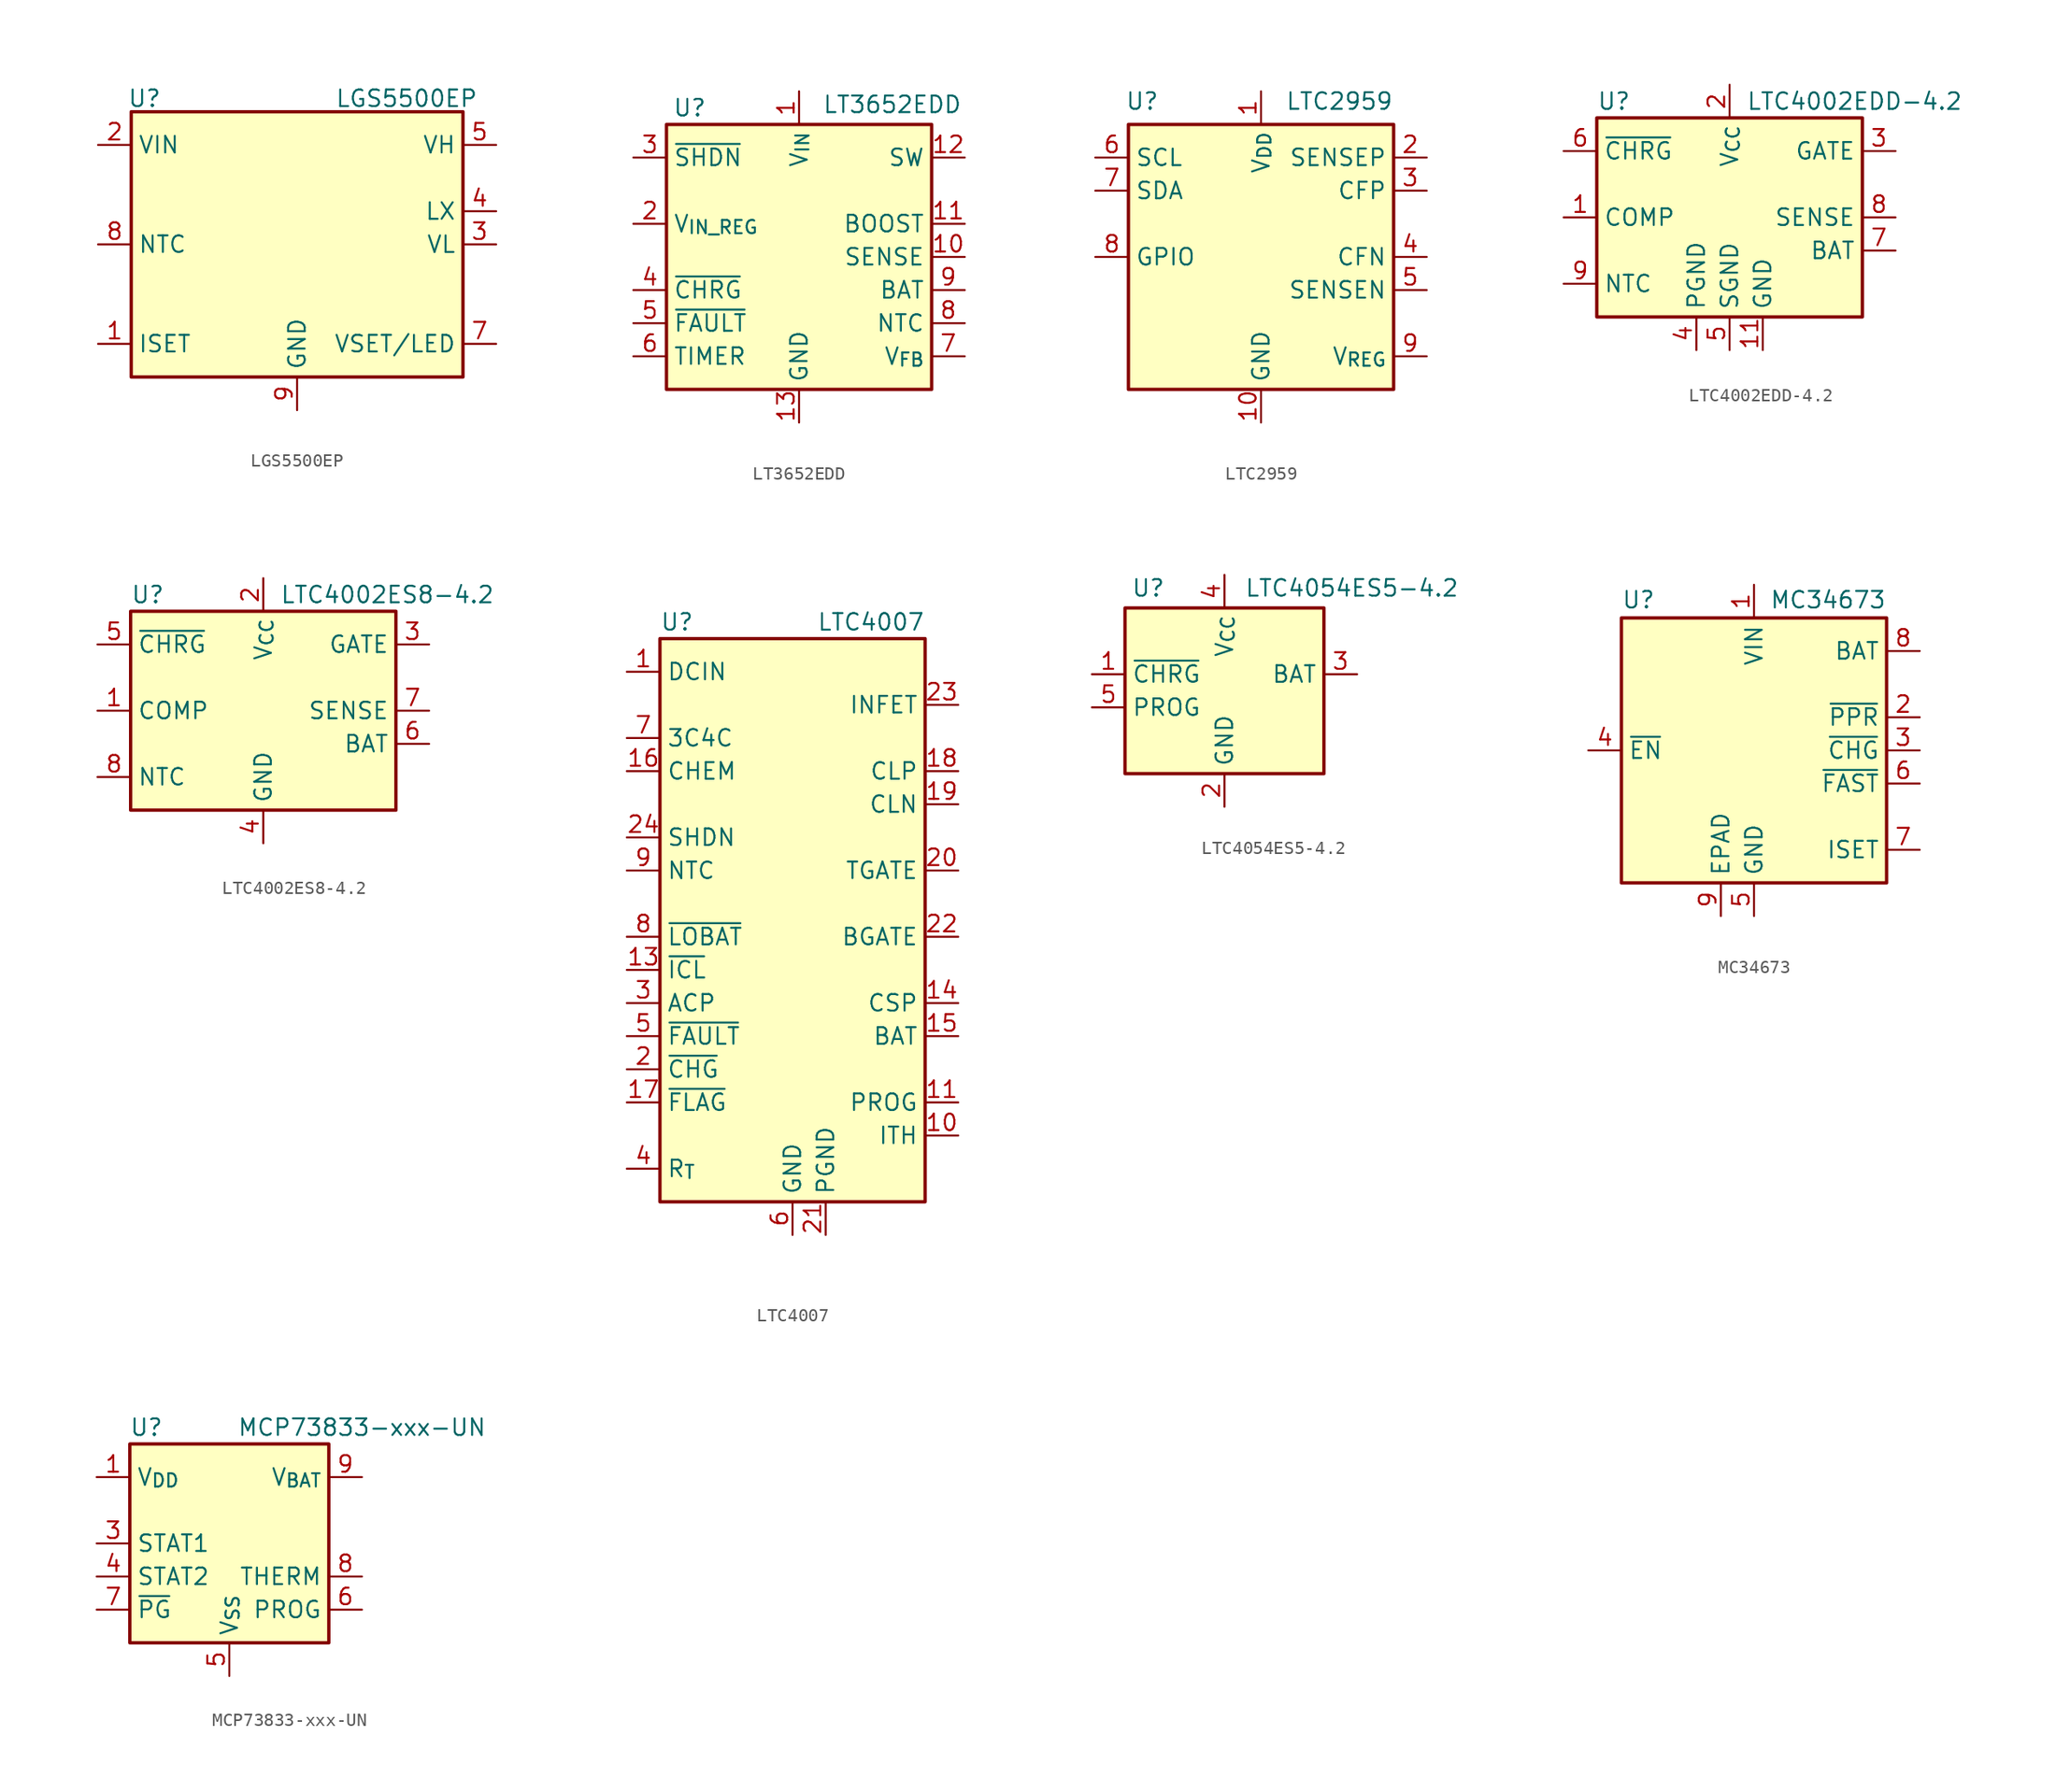
<source format=kicad_sym>
(kicad_symbol_lib
  (version 20241209)
  (generator "kicad_symbol_editor")
  (generator_version "9.0")
  (symbol "LGS5500EP"
    (property "Reference" "U"
      (at -11.684 11.176 0)
      (effects (font (size 1.27 1.27))))
    (property "Value" "LGS5500EP"
      (at 8.382 11.176 0)
      (effects (font (size 1.27 1.27))))
    (symbol "LGS5500EP_1_1"
      (rectangle (start -12.7 10.16) (end 12.7 -10.16) (stroke (width 0.254) (type default)) (fill (type background)))
      (pin power_in line (at -15.24 7.62 0) (length 2.54) (name "VIN" (effects (font (size 1.27 1.27)))) (number "2" (effects (font (size 1.27 1.27)))))
      (pin input line (at -15.24 0 0) (length 2.54) (name "NTC" (effects (font (size 1.27 1.27)))) (number "8" (effects (font (size 1.27 1.27)))))
      (pin passive line (at -15.24 -7.62 0) (length 2.54) (name "ISET" (effects (font (size 1.27 1.27)))) (number "1" (effects (font (size 1.27 1.27)))))
      (pin no_connect line (at -12.7 -2.54 0) (length 2.54) (hide yes) (name "NC" (effects (font (size 1.27 1.27)))) (number "6" (effects (font (size 1.27 1.27)))))
      (pin power_in line (at 0 -12.7 90) (length 2.54) (name "GND" (effects (font (size 1.27 1.27)))) (number "9" (effects (font (size 1.27 1.27)))))
      (pin power_out line (at 15.24 7.62 180) (length 2.54) (name "VH" (effects (font (size 1.27 1.27)))) (number "5" (effects (font (size 1.27 1.27)))))
      (pin input line (at 15.24 2.54 180) (length 2.54) (name "LX" (effects (font (size 1.27 1.27)))) (number "4" (effects (font (size 1.27 1.27)))))
      (pin input line (at 15.24 0 180) (length 2.54) (name "VL" (effects (font (size 1.27 1.27)))) (number "3" (effects (font (size 1.27 1.27)))))
      (pin output line (at 15.24 -7.62 180) (length 2.54) (name "VSET/LED" (effects (font (size 1.27 1.27)))) (number "7" (effects (font (size 1.27 1.27)))))))
  (symbol "LT3652EDD"
    (property "Reference" "U"
      (at -8.382 11.43 0)
      (effects (font (size 1.27 1.27))))
    (property "Value" "LT3652EDD"
      (at 1.778 11.684 0)
      (effects (font (size 1.27 1.27)) (justify left)))
    (symbol "LT3652EDD_0_1"
      (rectangle (start -10.16 10.16) (end 10.16 -10.16) (stroke (width 0.254) (type default)) (fill (type background))))
    (symbol "LT3652EDD_1_1"
      (pin input line (at -12.7 7.62 0) (length 2.54) (name "~{SHDN}" (effects (font (size 1.27 1.27)))) (number "3" (effects (font (size 1.27 1.27)))))
      (pin input line (at -12.7 2.54 0) (length 2.54) (name "V_{IN_REG}" (effects (font (size 1.27 1.27)))) (number "2" (effects (font (size 1.27 1.27)))))
      (pin open_collector line (at -12.7 -2.54 0) (length 2.54) (name "~{CHRG}" (effects (font (size 1.27 1.27)))) (number "4" (effects (font (size 1.27 1.27)))))
      (pin open_collector line (at -12.7 -5.08 0) (length 2.54) (name "~{FAULT}" (effects (font (size 1.27 1.27)))) (number "5" (effects (font (size 1.27 1.27)))))
      (pin output line (at -12.7 -7.62 0) (length 2.54) (name "TIMER" (effects (font (size 1.27 1.27)))) (number "6" (effects (font (size 1.27 1.27)))))
      (pin power_in line (at 0 12.7 270) (length 2.54) (name "V_{IN}" (effects (font (size 1.27 1.27)))) (number "1" (effects (font (size 1.27 1.27)))))
      (pin power_in line (at 0 -12.7 90) (length 2.54) (name "GND" (effects (font (size 1.27 1.27)))) (number "13" (effects (font (size 1.27 1.27)))))
      (pin output line (at 12.7 7.62 180) (length 2.54) (name "SW" (effects (font (size 1.27 1.27)))) (number "12" (effects (font (size 1.27 1.27)))))
      (pin input line (at 12.7 2.54 180) (length 2.54) (name "BOOST" (effects (font (size 1.27 1.27)))) (number "11" (effects (font (size 1.27 1.27)))))
      (pin input line (at 12.7 0 180) (length 2.54) (name "SENSE" (effects (font (size 1.27 1.27)))) (number "10" (effects (font (size 1.27 1.27)))))
      (pin output line (at 12.7 -2.54 180) (length 2.54) (name "BAT" (effects (font (size 1.27 1.27)))) (number "9" (effects (font (size 1.27 1.27)))))
      (pin input line (at 12.7 -5.08 180) (length 2.54) (name "NTC" (effects (font (size 1.27 1.27)))) (number "8" (effects (font (size 1.27 1.27)))))
      (pin input line (at 12.7 -7.62 180) (length 2.54) (name "V_{FB}" (effects (font (size 1.27 1.27)))) (number "7" (effects (font (size 1.27 1.27)))))))
  (symbol "LTC2959"
    (property "Reference" "U"
      (at -10.414 11.938 0)
      (effects (font (size 1.27 1.27)) (justify left)))
    (property "Value" "LTC2959"
      (at 10.16 11.938 0)
      (effects (font (size 1.27 1.27)) (justify right)))
    (symbol "LTC2959_1_1"
      (rectangle (start -10.16 10.16) (end 10.16 -10.16) (stroke (width 0.254) (type default)) (fill (type background)))
      (pin input line (at -12.7 7.62 0) (length 2.54) (name "SCL" (effects (font (size 1.27 1.27)))) (number "6" (effects (font (size 1.27 1.27)))))
      (pin bidirectional line (at -12.7 5.08 0) (length 2.54) (name "SDA" (effects (font (size 1.27 1.27)))) (number "7" (effects (font (size 1.27 1.27)))))
      (pin bidirectional line (at -12.7 0 0) (length 2.54) (name "GPIO" (effects (font (size 1.27 1.27)))) (number "8" (effects (font (size 1.27 1.27)))))
      (pin no_connect line (at -10.16 -7.62 0) (length 2.54) (hide yes) (name "EP" (effects (font (size 1.27 1.27)))) (number "11" (effects (font (size 1.27 1.27)))))
      (pin power_in line (at 0 12.7 270) (length 2.54) (name "V_{DD}" (effects (font (size 1.27 1.27)))) (number "1" (effects (font (size 1.27 1.27)))))
      (pin power_in line (at 0 -12.7 90) (length 2.54) (name "GND" (effects (font (size 1.27 1.27)))) (number "10" (effects (font (size 1.27 1.27)))))
      (pin passive line (at 12.7 7.62 180) (length 2.54) (name "SENSEP" (effects (font (size 1.27 1.27)))) (number "2" (effects (font (size 1.27 1.27)))))
      (pin passive line (at 12.7 5.08 180) (length 2.54) (name "CFP" (effects (font (size 1.27 1.27)))) (number "3" (effects (font (size 1.27 1.27)))))
      (pin passive line (at 12.7 0 180) (length 2.54) (name "CFN" (effects (font (size 1.27 1.27)))) (number "4" (effects (font (size 1.27 1.27)))))
      (pin passive line (at 12.7 -2.54 180) (length 2.54) (name "SENSEN" (effects (font (size 1.27 1.27)))) (number "5" (effects (font (size 1.27 1.27)))))
      (pin power_out line (at 12.7 -7.62 180) (length 2.54) (name "V_{REG}" (effects (font (size 1.27 1.27)))) (number "9" (effects (font (size 1.27 1.27)))))))
  (symbol "LTC4002EDD-4.2"
    (property "Reference" "U"
      (at -10.16 8.89 0)
      (effects (font (size 1.27 1.27)) (justify left)))
    (property "Value" "LTC4002EDD-4.2"
      (at 1.27 8.89 0)
      (effects (font (size 1.27 1.27)) (justify left)))
    (symbol "LTC4002EDD-4.2_0_1"
      (rectangle (start 10.16 -7.62) (end -10.16 7.62) (stroke (width 0.254) (type default)) (fill (type background))))
    (symbol "LTC4002EDD-4.2_1_1"
      (pin open_collector line (at -12.7 5.08 0) (length 2.54) (name "~{CHRG}" (effects (font (size 1.27 1.27)))) (number "6" (effects (font (size 1.27 1.27)))))
      (pin input line (at -12.7 0 0) (length 2.54) (name "COMP" (effects (font (size 1.27 1.27)))) (number "1" (effects (font (size 1.27 1.27)))))
      (pin input line (at -12.7 -5.08 0) (length 2.54) (name "NTC" (effects (font (size 1.27 1.27)))) (number "9" (effects (font (size 1.27 1.27)))))
      (pin power_in line (at -2.54 -10.16 90) (length 2.54) (name "PGND" (effects (font (size 1.27 1.27)))) (number "4" (effects (font (size 1.27 1.27)))))
      (pin power_in line (at 0 10.16 270) (length 2.54) (name "V_{CC}" (effects (font (size 1.27 1.27)))) (number "2" (effects (font (size 1.27 1.27)))))
      (pin power_in line (at 0 -10.16 90) (length 2.54) (name "SGND" (effects (font (size 1.27 1.27)))) (number "5" (effects (font (size 1.27 1.27)))))
      (pin power_in line (at 2.54 -10.16 90) (length 2.54) (name "GND" (effects (font (size 1.27 1.27)))) (number "11" (effects (font (size 1.27 1.27)))))
      (pin no_connect line (at 5.08 -7.62 90) (length 2.54) (hide yes) (name "NC" (effects (font (size 1.27 1.27)))) (number "10" (effects (font (size 1.27 1.27)))))
      (pin output line (at 12.7 5.08 180) (length 2.54) (name "GATE" (effects (font (size 1.27 1.27)))) (number "3" (effects (font (size 1.27 1.27)))))
      (pin input line (at 12.7 0 180) (length 2.54) (name "SENSE" (effects (font (size 1.27 1.27)))) (number "8" (effects (font (size 1.27 1.27)))))
      (pin input line (at 12.7 -2.54 180) (length 2.54) (name "BAT" (effects (font (size 1.27 1.27)))) (number "7" (effects (font (size 1.27 1.27)))))))
  (symbol "LTC4002ES8-4.2"
    (property "Reference" "U"
      (at -10.16 8.89 0)
      (effects (font (size 1.27 1.27)) (justify left)))
    (property "Value" "LTC4002ES8-4.2"
      (at 1.27 8.89 0)
      (effects (font (size 1.27 1.27)) (justify left)))
    (symbol "LTC4002ES8-4.2_0_1"
      (rectangle (start 10.16 -7.62) (end -10.16 7.62) (stroke (width 0.254) (type default)) (fill (type background))))
    (symbol "LTC4002ES8-4.2_1_1"
      (pin open_collector line (at -12.7 5.08 0) (length 2.54) (name "~{CHRG}" (effects (font (size 1.27 1.27)))) (number "5" (effects (font (size 1.27 1.27)))))
      (pin input line (at -12.7 0 0) (length 2.54) (name "COMP" (effects (font (size 1.27 1.27)))) (number "1" (effects (font (size 1.27 1.27)))))
      (pin input line (at -12.7 -5.08 0) (length 2.54) (name "NTC" (effects (font (size 1.27 1.27)))) (number "8" (effects (font (size 1.27 1.27)))))
      (pin power_in line (at 0 10.16 270) (length 2.54) (name "V_{CC}" (effects (font (size 1.27 1.27)))) (number "2" (effects (font (size 1.27 1.27)))))
      (pin power_in line (at 0 -10.16 90) (length 2.54) (name "GND" (effects (font (size 1.27 1.27)))) (number "4" (effects (font (size 1.27 1.27)))))
      (pin output line (at 12.7 5.08 180) (length 2.54) (name "GATE" (effects (font (size 1.27 1.27)))) (number "3" (effects (font (size 1.27 1.27)))))
      (pin input line (at 12.7 0 180) (length 2.54) (name "SENSE" (effects (font (size 1.27 1.27)))) (number "7" (effects (font (size 1.27 1.27)))))
      (pin input line (at 12.7 -2.54 180) (length 2.54) (name "BAT" (effects (font (size 1.27 1.27)))) (number "6" (effects (font (size 1.27 1.27)))))))
  (symbol "LTC4007"
    (property "Reference" "U"
      (at -10.16 24.13 0)
      (effects (font (size 1.27 1.27)) (justify left)))
    (property "Value" "LTC4007"
      (at 10.16 24.13 0)
      (effects (font (size 1.27 1.27)) (justify right)))
    (symbol "LTC4007_0_1"
      (rectangle (start -10.16 22.86) (end 10.16 -20.32) (stroke (width 0.254) (type default)) (fill (type background))))
    (symbol "LTC4007_1_1"
      (pin input line (at -12.7 20.32 0) (length 2.54) (name "DCIN" (effects (font (size 1.27 1.27)))) (number "1" (effects (font (size 1.27 1.27)))))
      (pin input line (at -12.7 15.24 0) (length 2.54) (name "3C4C" (effects (font (size 1.27 1.27)))) (number "7" (effects (font (size 1.27 1.27)))))
      (pin input line (at -12.7 12.7 0) (length 2.54) (name "CHEM" (effects (font (size 1.27 1.27)))) (number "16" (effects (font (size 1.27 1.27)))))
      (pin input line (at -12.7 7.62 0) (length 2.54) (name "SHDN" (effects (font (size 1.27 1.27)))) (number "24" (effects (font (size 1.27 1.27)))))
      (pin input line (at -12.7 5.08 0) (length 2.54) (name "NTC" (effects (font (size 1.27 1.27)))) (number "9" (effects (font (size 1.27 1.27)))))
      (pin output line (at -12.7 0 0) (length 2.54) (name "~{LOBAT}" (effects (font (size 1.27 1.27)))) (number "8" (effects (font (size 1.27 1.27)))))
      (pin output line (at -12.7 -2.54 0) (length 2.54) (name "~{ICL}" (effects (font (size 1.27 1.27)))) (number "13" (effects (font (size 1.27 1.27)))))
      (pin open_collector line (at -12.7 -5.08 0) (length 2.54) (name "ACP" (effects (font (size 1.27 1.27)))) (number "3" (effects (font (size 1.27 1.27)))))
      (pin open_collector line (at -12.7 -7.62 0) (length 2.54) (name "~{FAULT}" (effects (font (size 1.27 1.27)))) (number "5" (effects (font (size 1.27 1.27)))))
      (pin output line (at -12.7 -10.16 0) (length 2.54) (name "~{CHG}" (effects (font (size 1.27 1.27)))) (number "2" (effects (font (size 1.27 1.27)))))
      (pin open_collector line (at -12.7 -12.7 0) (length 2.54) (name "~{FLAG}" (effects (font (size 1.27 1.27)))) (number "17" (effects (font (size 1.27 1.27)))))
      (pin passive line (at -12.7 -17.78 0) (length 2.54) (name "R_{T}" (effects (font (size 1.27 1.27)))) (number "4" (effects (font (size 1.27 1.27)))))
      (pin no_connect line (at -2.54 -20.32 90) (length 2.54) (hide yes) (name "NC" (effects (font (size 1.27 1.27)))) (number "12" (effects (font (size 1.27 1.27)))))
      (pin power_in line (at 0 -22.86 90) (length 2.54) (name "GND" (effects (font (size 1.27 1.27)))) (number "6" (effects (font (size 1.27 1.27)))))
      (pin power_in line (at 2.54 -22.86 90) (length 2.54) (name "PGND" (effects (font (size 1.27 1.27)))) (number "21" (effects (font (size 1.27 1.27)))))
      (pin output line (at 12.7 17.78 180) (length 2.54) (name "INFET" (effects (font (size 1.27 1.27)))) (number "23" (effects (font (size 1.27 1.27)))))
      (pin input line (at 12.7 12.7 180) (length 2.54) (name "CLP" (effects (font (size 1.27 1.27)))) (number "18" (effects (font (size 1.27 1.27)))))
      (pin input line (at 12.7 10.16 180) (length 2.54) (name "CLN" (effects (font (size 1.27 1.27)))) (number "19" (effects (font (size 1.27 1.27)))))
      (pin output line (at 12.7 5.08 180) (length 2.54) (name "TGATE" (effects (font (size 1.27 1.27)))) (number "20" (effects (font (size 1.27 1.27)))))
      (pin output line (at 12.7 0 180) (length 2.54) (name "BGATE" (effects (font (size 1.27 1.27)))) (number "22" (effects (font (size 1.27 1.27)))))
      (pin input line (at 12.7 -5.08 180) (length 2.54) (name "CSP" (effects (font (size 1.27 1.27)))) (number "14" (effects (font (size 1.27 1.27)))))
      (pin input line (at 12.7 -7.62 180) (length 2.54) (name "BAT" (effects (font (size 1.27 1.27)))) (number "15" (effects (font (size 1.27 1.27)))))
      (pin bidirectional line (at 12.7 -12.7 180) (length 2.54) (name "PROG" (effects (font (size 1.27 1.27)))) (number "11" (effects (font (size 1.27 1.27)))))
      (pin passive line (at 12.7 -15.24 180) (length 2.54) (name "ITH" (effects (font (size 1.27 1.27)))) (number "10" (effects (font (size 1.27 1.27)))))))
  (symbol "LTC4054ES5-4.2"
    (property "Reference" "U"
      (at -5.842 6.604 0)
      (effects (font (size 1.27 1.27))))
    (property "Value" "LTC4054ES5-4.2"
      (at 1.524 6.604 0)
      (effects (font (size 1.27 1.27)) (justify left)))
    (symbol "LTC4054ES5-4.2_0_1"
      (rectangle (start -7.62 5.08) (end 7.62 -7.62) (stroke (width 0.254) (type default)) (fill (type background))))
    (symbol "LTC4054ES5-4.2_1_1"
      (pin open_collector line (at -10.16 0 0) (length 2.54) (name "~{CHRG}" (effects (font (size 1.27 1.27)))) (number "1" (effects (font (size 1.27 1.27)))))
      (pin bidirectional line (at -10.16 -2.54 0) (length 2.54) (name "PROG" (effects (font (size 1.27 1.27)))) (number "5" (effects (font (size 1.27 1.27)))))
      (pin power_in line (at 0 7.62 270) (length 2.54) (name "V_{CC}" (effects (font (size 1.27 1.27)))) (number "4" (effects (font (size 1.27 1.27)))))
      (pin power_in line (at 0 -10.16 90) (length 2.54) (name "GND" (effects (font (size 1.27 1.27)))) (number "2" (effects (font (size 1.27 1.27)))))
      (pin power_out line (at 10.16 0 180) (length 2.54) (name "BAT" (effects (font (size 1.27 1.27)))) (number "3" (effects (font (size 1.27 1.27)))))))
  (symbol "MC34673"
    (property "Reference" "U"
      (at -10.16 10.795 0)
      (effects (font (size 1.27 1.27)) (justify left bottom)))
    (property "Value" "MC34673"
      (at 10.16 10.795 0)
      (effects (font (size 1.27 1.27)) (justify right bottom)))
    (symbol "MC34673_0_1"
      (rectangle (start -10.16 10.16) (end 10.16 -10.16) (stroke (width 0.254) (type default)) (fill (type background))))
    (symbol "MC34673_1_1"
      (pin input line (at -12.7 0 0) (length 2.54) (name "~{EN}" (effects (font (size 1.27 1.27)))) (number "4" (effects (font (size 1.27 1.27)))))
      (pin power_in line (at -2.54 -12.7 90) (length 2.54) (name "EPAD" (effects (font (size 1.27 1.27)))) (number "9" (effects (font (size 1.27 1.27)))))
      (pin power_in line (at 0 12.7 270) (length 2.54) (name "VIN" (effects (font (size 1.27 1.27)))) (number "1" (effects (font (size 1.27 1.27)))))
      (pin power_in line (at 0 -12.7 90) (length 2.54) (name "GND" (effects (font (size 1.27 1.27)))) (number "5" (effects (font (size 1.27 1.27)))))
      (pin power_out line (at 12.7 7.62 180) (length 2.54) (name "BAT" (effects (font (size 1.27 1.27)))) (number "8" (effects (font (size 1.27 1.27)))))
      (pin open_collector line (at 12.7 2.54 180) (length 2.54) (name "~{PPR}" (effects (font (size 1.27 1.27)))) (number "2" (effects (font (size 1.27 1.27)))))
      (pin open_collector line (at 12.7 0 180) (length 2.54) (name "~{CHG}" (effects (font (size 1.27 1.27)))) (number "3" (effects (font (size 1.27 1.27)))))
      (pin open_collector line (at 12.7 -2.54 180) (length 2.54) (name "~{FAST}" (effects (font (size 1.27 1.27)))) (number "6" (effects (font (size 1.27 1.27)))))
      (pin output line (at 12.7 -7.62 180) (length 2.54) (name "ISET" (effects (font (size 1.27 1.27)))) (number "7" (effects (font (size 1.27 1.27)))))))
  (symbol "MCP73833-xxx-UN"
    (property "Reference" "U"
      (at -6.35 8.89 0)
      (effects (font (size 1.27 1.27))))
    (property "Value" "MCP73833-xxx-UN"
      (at 10.16 8.89 0)
      (effects (font (size 1.27 1.27))))
    (symbol "MCP73833-xxx-UN_1_1"
      (rectangle (start -7.62 7.62) (end 7.62 -7.62) (stroke (width 0.254) (type default)) (fill (type background)))
      (pin power_in line (at -10.16 5.08 0) (length 2.54) (name "V_{DD}" (effects (font (size 1.27 1.27)))) (number "1" (effects (font (size 1.27 1.27)))))
      (pin passive line (at -10.16 5.08 0) (length 2.54) (hide yes) (name "V_{DD}" (effects (font (size 1.27 1.27)))) (number "2" (effects (font (size 1.27 1.27)))))
      (pin open_collector line (at -10.16 0 0) (length 2.54) (name "STAT1" (effects (font (size 1.27 1.27)))) (number "3" (effects (font (size 1.27 1.27)))))
      (pin open_collector line (at -10.16 -2.54 0) (length 2.54) (name "STAT2" (effects (font (size 1.27 1.27)))) (number "4" (effects (font (size 1.27 1.27)))))
      (pin open_collector line (at -10.16 -5.08 0) (length 2.54) (name "~{PG}" (effects (font (size 1.27 1.27)))) (number "7" (effects (font (size 1.27 1.27)))))
      (pin power_in line (at 0 -10.16 90) (length 2.54) (name "V_{SS}" (effects (font (size 1.27 1.27)))) (number "5" (effects (font (size 1.27 1.27)))))
      (pin passive line (at 10.16 5.08 180) (length 2.54) (hide yes) (name "V_{BAT}" (effects (font (size 1.27 1.27)))) (number "10" (effects (font (size 1.27 1.27)))))
      (pin power_out line (at 10.16 5.08 180) (length 2.54) (name "V_{BAT}" (effects (font (size 1.27 1.27)))) (number "9" (effects (font (size 1.27 1.27)))))
      (pin passive line (at 10.16 -2.54 180) (length 2.54) (name "THERM" (effects (font (size 1.27 1.27)))) (number "8" (effects (font (size 1.27 1.27)))))
      (pin input line (at 10.16 -5.08 180) (length 2.54) (name "PROG" (effects (font (size 1.27 1.27)))) (number "6" (effects (font (size 1.27 1.27))))))))
</source>
